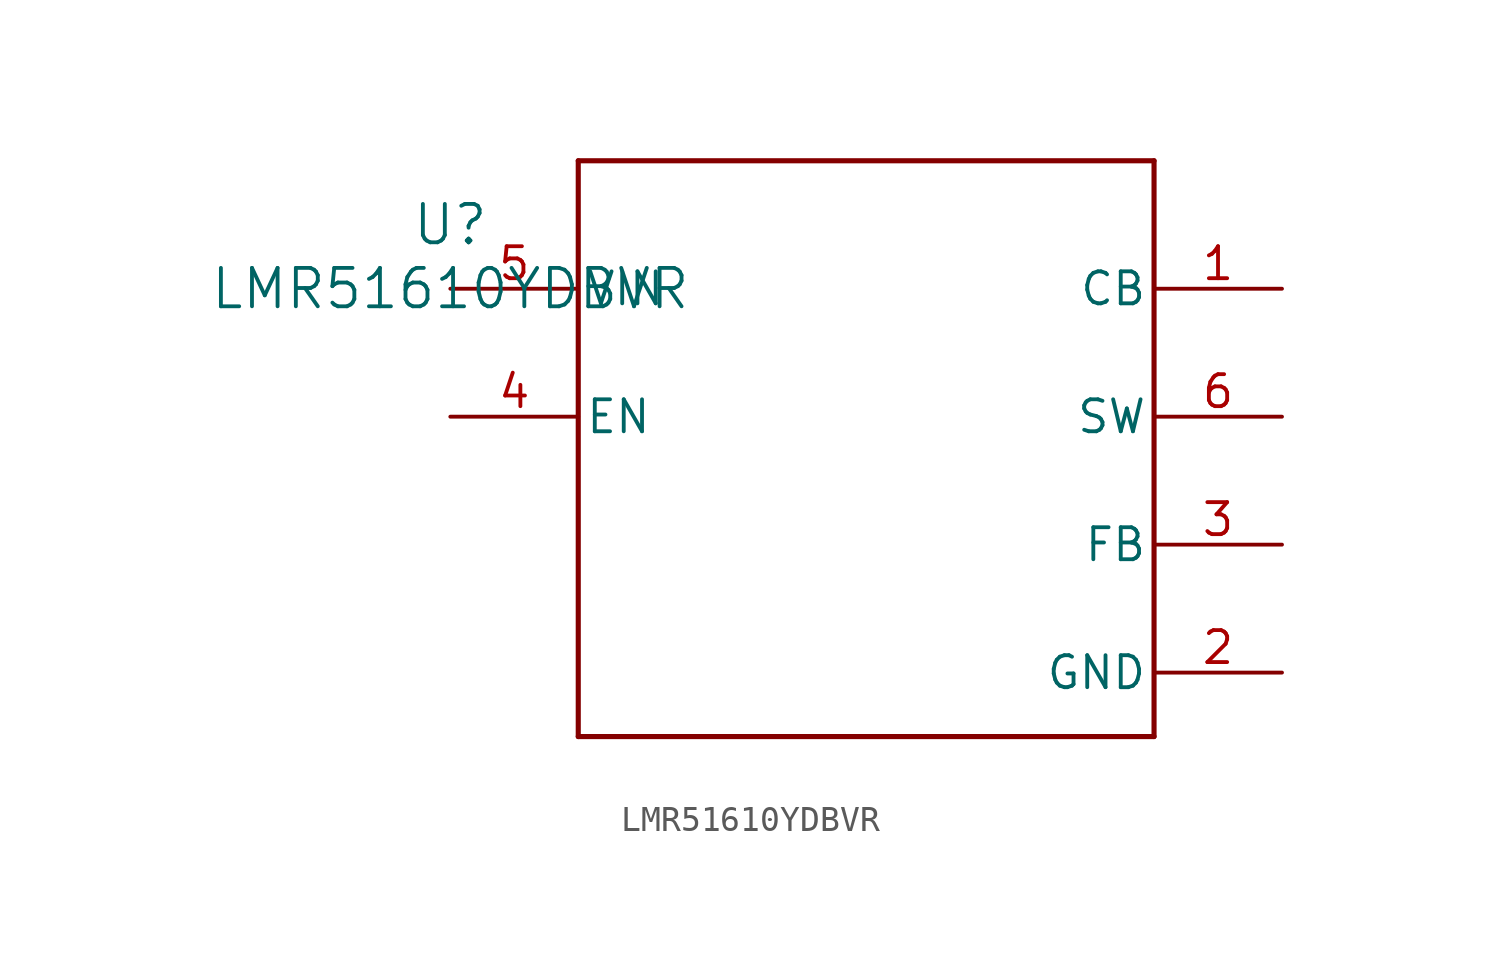
<source format=kicad_sym>
(kicad_symbol_lib
  (version 20211014)
  (generator kicad_symbol_editor)
  (symbol "LMR51610YDBVR"
    (pin_names
      (offset 0.254))
    (property "Reference" "U"
      (at 0 2.54 0)
      (effects (font (size 1.524 1.524))))
    (property "Value" "LMR51610YDBVR"
      (at 0 0 0)
      (effects (font (size 1.524 1.524))))
    (symbol "LMR51610YDBVR_0_1"
      (polyline (pts (xy 5.08 -17.78) (xy 27.94 -17.78)) (stroke (width 0.203) (type default) (color 0 0 0 0)) (fill (type none)))
      (polyline (pts (xy 27.94 -17.78) (xy 27.94 5.08)) (stroke (width 0.203) (type default) (color 0 0 0 0)) (fill (type none)))
      (polyline (pts (xy 27.94 5.08) (xy 5.08 5.08)) (stroke (width 0.203) (type default) (color 0 0 0 0)) (fill (type none)))
      (polyline (pts (xy 5.08 5.08) (xy 5.08 -17.78)) (stroke (width 0.203) (type default) (color 0 0 0 0)) (fill (type none)))
      (pin unspecified line (at 33.02 0 180) (length 5.08) (name "CB" (effects (font (size 1.27 1.27)))) (number "1" (effects (font (size 1.27 1.27)))))
      (pin power_in line (at 33.02 -15.24 180) (length 5.08) (name "GND" (effects (font (size 1.27 1.27)))) (number "2" (effects (font (size 1.27 1.27)))))
      (pin unspecified line (at 33.02 -10.16 180) (length 5.08) (name "FB" (effects (font (size 1.27 1.27)))) (number "3" (effects (font (size 1.27 1.27)))))
      (pin input line (at 0 -5.08 0) (length 5.08) (name "EN" (effects (font (size 1.27 1.27)))) (number "4" (effects (font (size 1.27 1.27)))))
      (pin power_in line (at 0 0 0) (length 5.08) (name "VIN" (effects (font (size 1.27 1.27)))) (number "5" (effects (font (size 1.27 1.27)))))
      (pin unspecified line (at 33.02 -5.08 180) (length 5.08) (name "SW" (effects (font (size 1.27 1.27)))) (number "6" (effects (font (size 1.27 1.27))))))))
</source>
